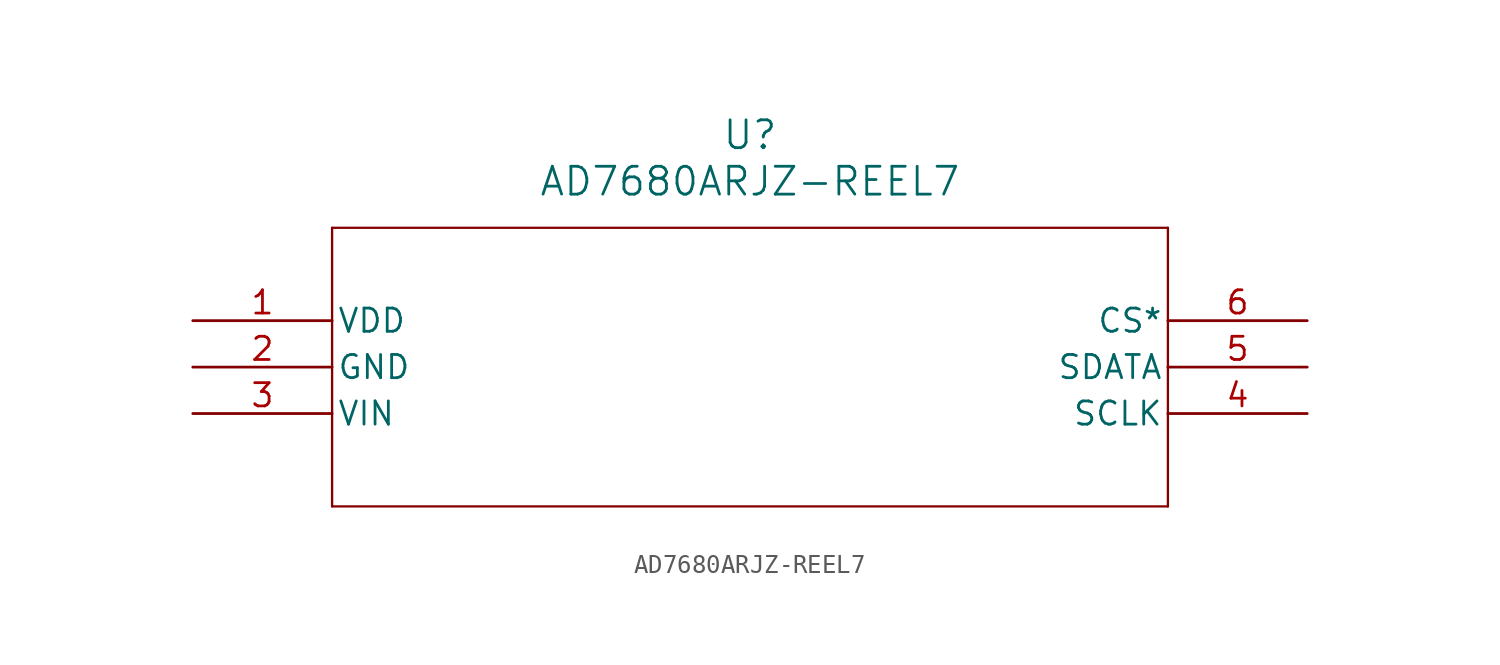
<source format=kicad_sym>
(kicad_symbol_lib
  (version 20211014)
  (generator kicad_symbol_editor)
  (symbol "AD7680ARJZ-REEL7"
    (pin_names
      (offset 0.254))
    (property "Reference" "U"
      (at 30.48 10.16 0)
      (effects (font (size 1.524 1.524))))
    (property "Value" "AD7680ARJZ-REEL7"
      (at 30.48 7.62 0)
      (effects (font (size 1.524 1.524))))
    (symbol "AD7680ARJZ-REEL7_0_1"
      (polyline (pts (xy 7.62 5.08) (xy 7.62 -10.16)) (stroke (width 0.127) (type default) (color 0 0 0 0)) (fill (type none)))
      (polyline (pts (xy 7.62 -10.16) (xy 53.34 -10.16)) (stroke (width 0.127) (type default) (color 0 0 0 0)) (fill (type none)))
      (polyline (pts (xy 53.34 -10.16) (xy 53.34 5.08)) (stroke (width 0.127) (type default) (color 0 0 0 0)) (fill (type none)))
      (polyline (pts (xy 53.34 5.08) (xy 7.62 5.08)) (stroke (width 0.127) (type default) (color 0 0 0 0)) (fill (type none)))
      (pin power_in line (at 0 0 0) (length 7.62) (name "VDD" (effects (font (size 1.27 1.27)))) (number "1" (effects (font (size 1.27 1.27)))))
      (pin unspecified line (at 0 -2.54 0) (length 7.62) (name "GND" (effects (font (size 1.27 1.27)))) (number "2" (effects (font (size 1.27 1.27)))))
      (pin unspecified line (at 0 -5.08 0) (length 7.62) (name "VIN" (effects (font (size 1.27 1.27)))) (number "3" (effects (font (size 1.27 1.27)))))
      (pin unspecified line (at 60.96 -5.08 180) (length 7.62) (name "SCLK" (effects (font (size 1.27 1.27)))) (number "4" (effects (font (size 1.27 1.27)))))
      (pin unspecified line (at 60.96 -2.54 180) (length 7.62) (name "SDATA" (effects (font (size 1.27 1.27)))) (number "5" (effects (font (size 1.27 1.27)))))
      (pin unspecified line (at 60.96 0 180) (length 7.62) (name "CS*" (effects (font (size 1.27 1.27)))) (number "6" (effects (font (size 1.27 1.27))))))))
</source>
